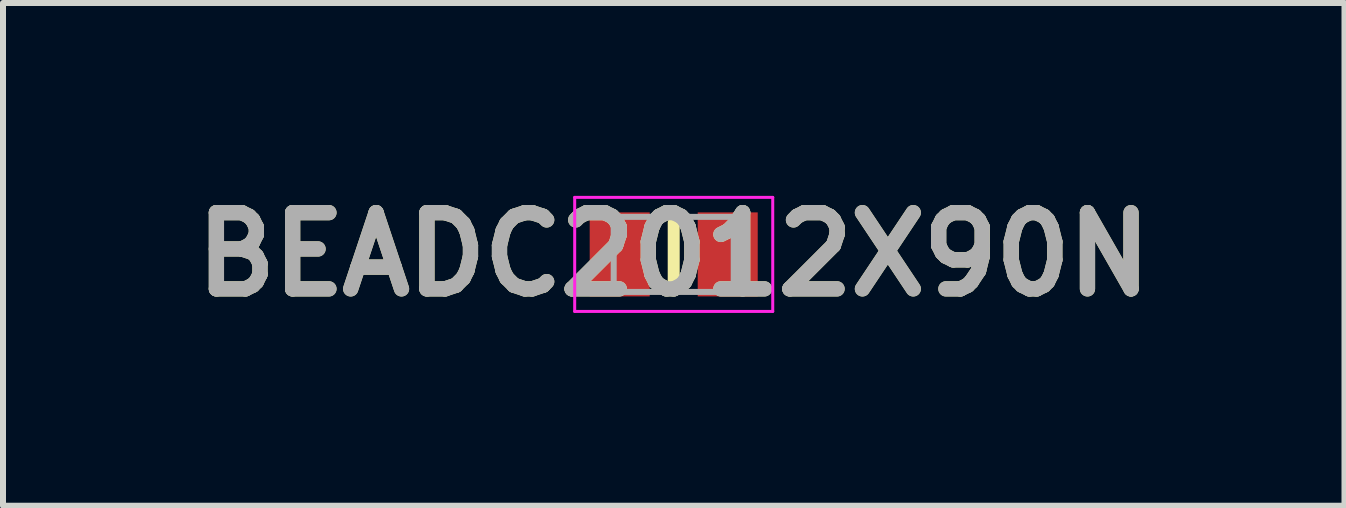
<source format=kicad_pcb>
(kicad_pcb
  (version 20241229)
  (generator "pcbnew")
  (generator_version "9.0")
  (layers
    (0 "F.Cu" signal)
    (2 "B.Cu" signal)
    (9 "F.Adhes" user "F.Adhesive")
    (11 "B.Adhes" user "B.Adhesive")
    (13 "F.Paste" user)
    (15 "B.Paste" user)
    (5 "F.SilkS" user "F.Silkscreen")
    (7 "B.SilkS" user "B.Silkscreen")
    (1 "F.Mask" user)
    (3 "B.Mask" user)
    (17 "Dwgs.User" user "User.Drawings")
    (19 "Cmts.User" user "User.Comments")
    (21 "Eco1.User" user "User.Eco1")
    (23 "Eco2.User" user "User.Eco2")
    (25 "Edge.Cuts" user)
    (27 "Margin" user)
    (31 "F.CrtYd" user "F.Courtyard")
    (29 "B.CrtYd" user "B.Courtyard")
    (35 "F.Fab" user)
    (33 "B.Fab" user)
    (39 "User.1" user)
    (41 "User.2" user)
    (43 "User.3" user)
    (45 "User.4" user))
  (footprint "BEADC2012X90N"
    (layer "F.Cu")
    (at 8.176 1.189)
    (property "Reference" "BEADC2012X90N" (at 0 0 0) (layer "F.SilkS") (effects (font (size 1.27 1.27) (thickness 0.254))))
    (attr smd)
    (fp_line (start 0 -0.525) (end 0 0.525) (stroke (width 0.2) (type solid)) (layer "F.SilkS"))
    (fp_line (start -1.65 -0.95) (end 1.65 -0.95) (stroke (width 0.05) (type solid)) (layer "F.CrtYd"))
    (fp_line (start -1.65 0.95) (end -1.65 -0.95) (stroke (width 0.05) (type solid)) (layer "F.CrtYd"))
    (fp_line (start 1.65 -0.95) (end 1.65 0.95) (stroke (width 0.05) (type solid)) (layer "F.CrtYd"))
    (fp_line (start 1.65 0.95) (end -1.65 0.95) (stroke (width 0.05) (type solid)) (layer "F.CrtYd"))
    (fp_line (start -1 -0.625) (end 1 -0.625) (stroke (width 0.1) (type solid)) (layer "F.Fab"))
    (fp_line (start -1 0.625) (end -1 -0.625) (stroke (width 0.1) (type solid)) (layer "F.Fab"))
    (fp_line (start 1 -0.625) (end 1 0.625) (stroke (width 0.1) (type solid)) (layer "F.Fab"))
    (fp_line (start 1 0.625) (end -1 0.625) (stroke (width 0.1) (type solid)) (layer "F.Fab"))
    (fp_text user "${REFERENCE}" (at 0 0 0) (layer "F.Fab") (effects (font (size 1.27 1.27) (thickness 0.254))))
    (pad "1" smd rect (at -0.9 0) (size 1 1.4) (layers "F.Cu" "F.Mask" "F.Paste"))
    (pad "2" smd rect (at 0.9 0) (size 1 1.4) (layers "F.Cu" "F.Mask" "F.Paste")))
  (gr_rect
    (start -3 -3)
    (end 19.353 5.377)
    (stroke (width 0.1) (type default))
    (fill no)
    (layer "Edge.Cuts")))
</source>
